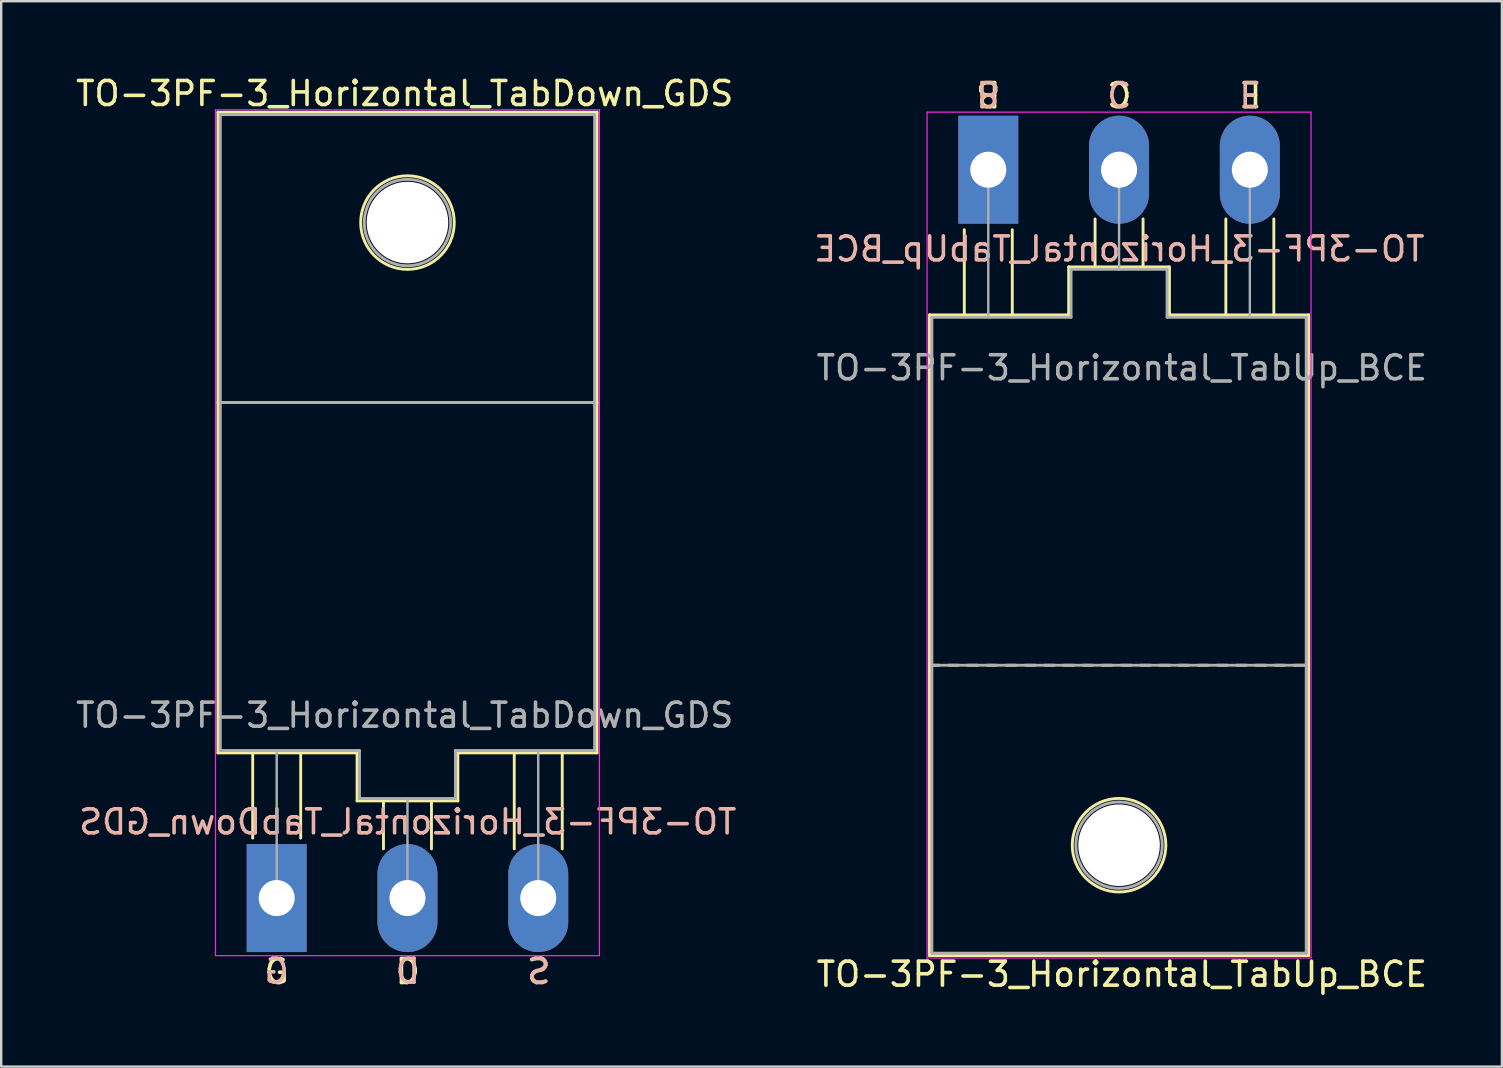
<source format=kicad_pcb>
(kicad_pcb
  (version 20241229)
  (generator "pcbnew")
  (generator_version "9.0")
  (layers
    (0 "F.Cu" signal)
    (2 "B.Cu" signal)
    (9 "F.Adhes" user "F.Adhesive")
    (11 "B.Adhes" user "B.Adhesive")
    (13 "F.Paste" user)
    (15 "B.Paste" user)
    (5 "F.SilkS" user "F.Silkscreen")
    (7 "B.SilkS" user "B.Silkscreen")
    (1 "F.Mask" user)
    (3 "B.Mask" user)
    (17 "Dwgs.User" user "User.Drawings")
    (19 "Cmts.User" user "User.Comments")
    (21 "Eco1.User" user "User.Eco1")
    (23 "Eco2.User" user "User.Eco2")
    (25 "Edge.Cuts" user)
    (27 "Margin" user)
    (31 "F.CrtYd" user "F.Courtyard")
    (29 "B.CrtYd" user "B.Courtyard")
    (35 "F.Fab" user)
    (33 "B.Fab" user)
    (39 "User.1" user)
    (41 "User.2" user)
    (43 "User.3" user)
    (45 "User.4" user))
  (footprint "TO-3PF-3_Horizontal_TabDown_GDS"
    (layer "F.Cu")
    (at 8.481 34.376)
    (property "Reference" "TO-3PF-3_Horizontal_TabDown_GDS" (at 5.334 -33.528 0) (layer "F.SilkS") (effects (font (size 1 1) (thickness 0.15))))
    (fp_line (start -2.45 -32.75) (end 13.35 -32.75) (stroke (width 0.12) (type solid)) (layer "F.SilkS"))
    (fp_line (start -2.45 -6.05) (end -2.45 -32.75) (stroke (width 0.12) (type solid)) (layer "F.SilkS"))
    (fp_line (start -1 -6) (end -1 -2.5) (stroke (width 0.12) (type solid)) (layer "F.SilkS"))
    (fp_line (start 1 -6) (end 1 -2.5) (stroke (width 0.12) (type solid)) (layer "F.SilkS"))
    (fp_line (start 3.35 -6.05) (end -2.45 -6.05) (stroke (width 0.12) (type solid)) (layer "F.SilkS"))
    (fp_line (start 3.35 -4.05) (end 3.35 -6.05) (stroke (width 0.12) (type solid)) (layer "F.SilkS"))
    (fp_line (start 4.45 -4.05) (end 4.45 -2.05) (stroke (width 0.12) (type solid)) (layer "F.SilkS"))
    (fp_line (start 6.45 -4.05) (end 6.45 -2.05) (stroke (width 0.12) (type solid)) (layer "F.SilkS"))
    (fp_line (start 7.55 -6.05) (end 7.55 -4.05) (stroke (width 0.12) (type solid)) (layer "F.SilkS"))
    (fp_line (start 7.55 -4.05) (end 3.35 -4.05) (stroke (width 0.12) (type solid)) (layer "F.SilkS"))
    (fp_line (start 9.9 -6) (end 9.9 -2.05) (stroke (width 0.12) (type solid)) (layer "F.SilkS"))
    (fp_line (start 11.9 -6) (end 11.9 -2.05) (stroke (width 0.12) (type solid)) (layer "F.SilkS"))
    (fp_line (start 13.35 -32.75) (end 13.35 -6.05) (stroke (width 0.12) (type solid)) (layer "F.SilkS"))
    (fp_line (start 13.35 -20.65) (end -2.45 -20.65) (stroke (width 0.12) (type solid)) (layer "F.SilkS"))
    (fp_line (start 13.35 -6.05) (end 7.55 -6.05) (stroke (width 0.12) (type solid)) (layer "F.SilkS"))
    (fp_circle (center 5.45 -28.15) (end 7.4 -28.15) (stroke (width 0.12) (type solid)) (fill no) (layer "F.SilkS"))
    (fp_line (start -2.55 -32.85) (end -2.55 2.4) (stroke (width 0.05) (type solid)) (layer "F.CrtYd"))
    (fp_line (start -2.55 2.4) (end 13.45 2.4) (stroke (width 0.05) (type solid)) (layer "F.CrtYd"))
    (fp_line (start 13.45 -32.85) (end -2.55 -32.85) (stroke (width 0.05) (type solid)) (layer "F.CrtYd"))
    (fp_line (start 13.45 2.4) (end 13.45 -32.85) (stroke (width 0.05) (type solid)) (layer "F.CrtYd"))
    (fp_line (start -2.35 -32.65) (end 13.25 -32.65) (stroke (width 0.12) (type solid)) (layer "F.Fab"))
    (fp_line (start -2.35 -20.65) (end 13.25 -20.65) (stroke (width 0.12) (type solid)) (layer "F.Fab"))
    (fp_line (start -2.35 -6.15) (end -2.35 -32.65) (stroke (width 0.12) (type solid)) (layer "F.Fab"))
    (fp_line (start 0 0) (end 0 -6.15) (stroke (width 0.1) (type solid)) (layer "F.Fab"))
    (fp_line (start 3.45 -6.15) (end -2.35 -6.15) (stroke (width 0.12) (type solid)) (layer "F.Fab"))
    (fp_line (start 3.45 -4.15) (end 3.45 -6.15) (stroke (width 0.12) (type solid)) (layer "F.Fab"))
    (fp_line (start 5.45 -4.15) (end 3.45 -4.15) (stroke (width 0.12) (type solid)) (layer "F.Fab"))
    (fp_line (start 5.45 -4.15) (end 5.45 0) (stroke (width 0.1) (type solid)) (layer "F.Fab"))
    (fp_line (start 5.45 -4.15) (end 7.45 -4.15) (stroke (width 0.12) (type solid)) (layer "F.Fab"))
    (fp_line (start 7.45 -4.15) (end 7.45 -6.15) (stroke (width 0.12) (type solid)) (layer "F.Fab"))
    (fp_line (start 10.9 -6.1) (end 10.9 0) (stroke (width 0.1) (type solid)) (layer "F.Fab"))
    (fp_line (start 13.25 -32.65) (end 13.25 -6.15) (stroke (width 0.12) (type solid)) (layer "F.Fab"))
    (fp_line (start 13.25 -6.15) (end 7.45 -6.15) (stroke (width 0.12) (type solid)) (layer "F.Fab"))
    (fp_circle (center 5.45 -28.15) (end 7.25 -28.15) (stroke (width 0.12) (type solid)) (fill no) (layer "F.Fab"))
    (fp_text user "D" (at 5.461 3.064 0) (unlocked yes) (layer "F.SilkS") (effects (font (size 1 1) (thickness 0.15))))
    (fp_text user "G" (at 0 3.064 0) (unlocked yes) (layer "F.SilkS") (effects (font (size 1 1) (thickness 0.15))))
    (fp_text user "S" (at 10.922 3.064 0) (layer "F.SilkS") (effects (font (size 1 1) (thickness 0.15)) (justify mirror)))
    (fp_text user "D" (at 5.461 3.048 0) (unlocked yes) (layer "B.SilkS") (effects (font (size 1 1) (thickness 0.15)) (justify mirror)))
    (fp_text user "S" (at 10.922 3.048 0) (layer "B.SilkS") (effects (font (size 1 1) (thickness 0.15)) (justify mirror)))
    (fp_text user "G" (at 0 3.048 0) (unlocked yes) (layer "B.SilkS") (effects (font (size 1 1) (thickness 0.15)) (justify mirror)))
    (fp_text user "${REFERENCE}" (at 5.461 -3.175 0) (layer "B.SilkS") (effects (font (size 1 1) (thickness 0.15)) (justify mirror)))
    (fp_text user "${REFERENCE}" (at 5.334 -7.62 0) (layer "F.Fab") (effects (font (size 1 1) (thickness 0.15))))
    (pad "" np_thru_hole circle (at 5.45 -28.15) (size 3.4 3.4) (drill 3.4) (layers "*.Cu" "*.Mask"))
    (pad "1" thru_hole rect (at 0 0) (size 2.5 4.5) (drill 1.5) (layers "*.Cu" "*.Mask"))
    (pad "2" thru_hole oval (at 5.45 0) (size 2.5 4.5) (drill 1.5) (layers "*.Cu" "*.Mask"))
    (pad "3" thru_hole oval (at 10.9 0) (size 2.5 4.5) (drill 1.5) (layers "*.Cu" "*.Mask")))
  (footprint "TO-3PF-3_Horizontal_TabUp_BCE"
    (layer "F.Cu")
    (at 38.136 4.023)
    (property "Reference" "TO-3PF-3_Horizontal_TabUp_BCE" (at 5.566 33.528 180) (layer "F.SilkS") (effects (font (size 1 1) (thickness 0.15))))
    (fp_line (start -2.45 6.05) (end 3.35 6.05) (stroke (width 0.12) (type solid)) (layer "F.SilkS"))
    (fp_line (start -2.45 20.65) (end -2.05 20.65) (stroke (width 0.12) (type solid)) (layer "F.SilkS"))
    (fp_line (start -2.45 32.75) (end -2.45 6.05) (stroke (width 0.12) (type solid)) (layer "F.SilkS"))
    (fp_line (start -1.65 20.65) (end -1.25 20.65) (stroke (width 0.12) (type solid)) (layer "F.SilkS"))
    (fp_line (start -1 6) (end -1 2.5) (stroke (width 0.12) (type solid)) (layer "F.SilkS"))
    (fp_line (start -0.85 20.65) (end -0.45 20.65) (stroke (width 0.12) (type solid)) (layer "F.SilkS"))
    (fp_line (start -0.05 20.65) (end 0.35 20.65) (stroke (width 0.12) (type solid)) (layer "F.SilkS"))
    (fp_line (start 0.75 20.65) (end 1.15 20.65) (stroke (width 0.12) (type solid)) (layer "F.SilkS"))
    (fp_line (start 1 6) (end 1 2.5) (stroke (width 0.12) (type solid)) (layer "F.SilkS"))
    (fp_line (start 1.55 20.65) (end 1.95 20.65) (stroke (width 0.12) (type solid)) (layer "F.SilkS"))
    (fp_line (start 2.35 20.65) (end 2.75 20.65) (stroke (width 0.12) (type solid)) (layer "F.SilkS"))
    (fp_line (start 3.15 20.65) (end 3.55 20.65) (stroke (width 0.12) (type solid)) (layer "F.SilkS"))
    (fp_line (start 3.35 4.05) (end 7.55 4.05) (stroke (width 0.12) (type solid)) (layer "F.SilkS"))
    (fp_line (start 3.35 6.05) (end 3.35 4.05) (stroke (width 0.12) (type solid)) (layer "F.SilkS"))
    (fp_line (start 3.95 20.65) (end 4.35 20.65) (stroke (width 0.12) (type solid)) (layer "F.SilkS"))
    (fp_line (start 4.45 4.05) (end 4.45 2.05) (stroke (width 0.12) (type solid)) (layer "F.SilkS"))
    (fp_line (start 4.75 20.65) (end 5.15 20.65) (stroke (width 0.12) (type solid)) (layer "F.SilkS"))
    (fp_line (start 5.55 20.65) (end 5.95 20.65) (stroke (width 0.12) (type solid)) (layer "F.SilkS"))
    (fp_line (start 6.35 20.65) (end 6.75 20.65) (stroke (width 0.12) (type solid)) (layer "F.SilkS"))
    (fp_line (start 6.45 4.05) (end 6.45 2.05) (stroke (width 0.12) (type solid)) (layer "F.SilkS"))
    (fp_line (start 7.15 20.65) (end 7.55 20.65) (stroke (width 0.12) (type solid)) (layer "F.SilkS"))
    (fp_line (start 7.55 4.05) (end 7.55 6.05) (stroke (width 0.12) (type solid)) (layer "F.SilkS"))
    (fp_line (start 7.55 6.05) (end 13.35 6.05) (stroke (width 0.12) (type solid)) (layer "F.SilkS"))
    (fp_line (start 7.95 20.65) (end 8.35 20.65) (stroke (width 0.12) (type solid)) (layer "F.SilkS"))
    (fp_line (start 8.75 20.65) (end 9.15 20.65) (stroke (width 0.12) (type solid)) (layer "F.SilkS"))
    (fp_line (start 9.55 20.65) (end 9.95 20.65) (stroke (width 0.12) (type solid)) (layer "F.SilkS"))
    (fp_line (start 9.9 6) (end 9.9 2.05) (stroke (width 0.12) (type solid)) (layer "F.SilkS"))
    (fp_line (start 10.35 20.65) (end 10.75 20.65) (stroke (width 0.12) (type solid)) (layer "F.SilkS"))
    (fp_line (start 11.15 20.65) (end 11.55 20.65) (stroke (width 0.12) (type solid)) (layer "F.SilkS"))
    (fp_line (start 11.9 6) (end 11.9 2.05) (stroke (width 0.12) (type solid)) (layer "F.SilkS"))
    (fp_line (start 11.95 20.65) (end 12.35 20.65) (stroke (width 0.12) (type solid)) (layer "F.SilkS"))
    (fp_line (start 12.75 20.65) (end 13.15 20.65) (stroke (width 0.12) (type solid)) (layer "F.SilkS"))
    (fp_line (start 13.35 6.05) (end 13.35 32.75) (stroke (width 0.12) (type solid)) (layer "F.SilkS"))
    (fp_line (start 13.35 32.75) (end -2.45 32.75) (stroke (width 0.12) (type solid)) (layer "F.SilkS"))
    (fp_circle (center 5.45 28.15) (end 3.5 28.15) (stroke (width 0.12) (type solid)) (fill no) (layer "F.SilkS"))
    (fp_line (start -2.55 -2.4) (end -2.55 32.85) (stroke (width 0.05) (type solid)) (layer "F.CrtYd"))
    (fp_line (start -2.55 32.85) (end 13.45 32.85) (stroke (width 0.05) (type solid)) (layer "F.CrtYd"))
    (fp_line (start 13.45 -2.4) (end -2.55 -2.4) (stroke (width 0.05) (type solid)) (layer "F.CrtYd"))
    (fp_line (start 13.45 32.85) (end 13.45 -2.4) (stroke (width 0.05) (type solid)) (layer "F.CrtYd"))
    (fp_line (start -2.35 6.15) (end 3.45 6.15) (stroke (width 0.12) (type solid)) (layer "F.Fab"))
    (fp_line (start -2.35 32.65) (end -2.35 6.15) (stroke (width 0.12) (type solid)) (layer "F.Fab"))
    (fp_line (start 0 6.1) (end 0 0) (stroke (width 0.1) (type solid)) (layer "F.Fab"))
    (fp_line (start 3.45 4.15) (end 3.45 6.15) (stroke (width 0.12) (type solid)) (layer "F.Fab"))
    (fp_line (start 5.45 4.15) (end 3.45 4.15) (stroke (width 0.12) (type solid)) (layer "F.Fab"))
    (fp_line (start 5.45 4.15) (end 5.45 0) (stroke (width 0.1) (type solid)) (layer "F.Fab"))
    (fp_line (start 5.45 4.15) (end 7.45 4.15) (stroke (width 0.12) (type solid)) (layer "F.Fab"))
    (fp_line (start 7.45 4.15) (end 7.45 6.15) (stroke (width 0.12) (type solid)) (layer "F.Fab"))
    (fp_line (start 7.45 6.15) (end 13.25 6.15) (stroke (width 0.12) (type solid)) (layer "F.Fab"))
    (fp_line (start 10.9 0) (end 10.9 6.15) (stroke (width 0.1) (type solid)) (layer "F.Fab"))
    (fp_line (start 13.25 6.15) (end 13.25 32.65) (stroke (width 0.12) (type solid)) (layer "F.Fab"))
    (fp_line (start 13.25 20.65) (end -2.35 20.65) (stroke (width 0.12) (type solid)) (layer "F.Fab"))
    (fp_line (start 13.25 32.65) (end -2.35 32.65) (stroke (width 0.12) (type solid)) (layer "F.Fab"))
    (fp_circle (center 5.45 28.15) (end 3.65 28.15) (stroke (width 0.12) (type solid)) (fill no) (layer "F.Fab"))
    (fp_text user "B" (at 0 -3.175 180) (unlocked yes) (layer "F.SilkS") (effects (font (size 1 1) (thickness 0.15))))
    (fp_text user "E" (at 10.922 -3.175 180) (unlocked yes) (layer "F.SilkS") (effects (font (size 1 1) (thickness 0.15))))
    (fp_text user "C" (at 5.461 -3.175 180) (unlocked yes) (layer "F.SilkS") (effects (font (size 1 1) (thickness 0.15))))
    (fp_text user "C" (at 5.461 -3.175 180) (unlocked yes) (layer "B.SilkS") (effects (font (size 1 1) (thickness 0.15)) (justify mirror)))
    (fp_text user "${REFERENCE}" (at 5.461 3.302 0) (layer "B.SilkS") (effects (font (size 1 1) (thickness 0.15)) (justify mirror)))
    (fp_text user "E" (at 10.922 -3.175 180) (unlocked yes) (layer "B.SilkS") (effects (font (size 1 1) (thickness 0.15)) (justify mirror)))
    (fp_text user "B" (at 0 -3.175 180) (unlocked yes) (layer "B.SilkS") (effects (font (size 1 1) (thickness 0.15)) (justify mirror)))
    (fp_text user "${REFERENCE}" (at 5.566 8.255 180) (layer "F.Fab") (effects (font (size 1 1) (thickness 0.15))))
    (pad "" np_thru_hole circle (at 5.45 28.15) (size 3.4 3.4) (drill 3.4) (layers "*.Cu" "*.Mask"))
    (pad "1" thru_hole rect (at 0 0) (size 2.5 4.5) (drill 1.5) (layers "*.Cu" "*.Mask"))
    (pad "2" thru_hole oval (at 5.45 0) (size 2.5 4.5) (drill 1.5) (layers "*.Cu" "*.Mask"))
    (pad "3" thru_hole oval (at 10.9 0) (size 2.5 4.5) (drill 1.5) (layers "*.Cu" "*.Mask")))
  (gr_rect
    (start -3 -3)
    (end 59.542 41.4)
    (stroke (width 0.1) (type default))
    (fill no)
    (layer "Edge.Cuts")))
</source>
